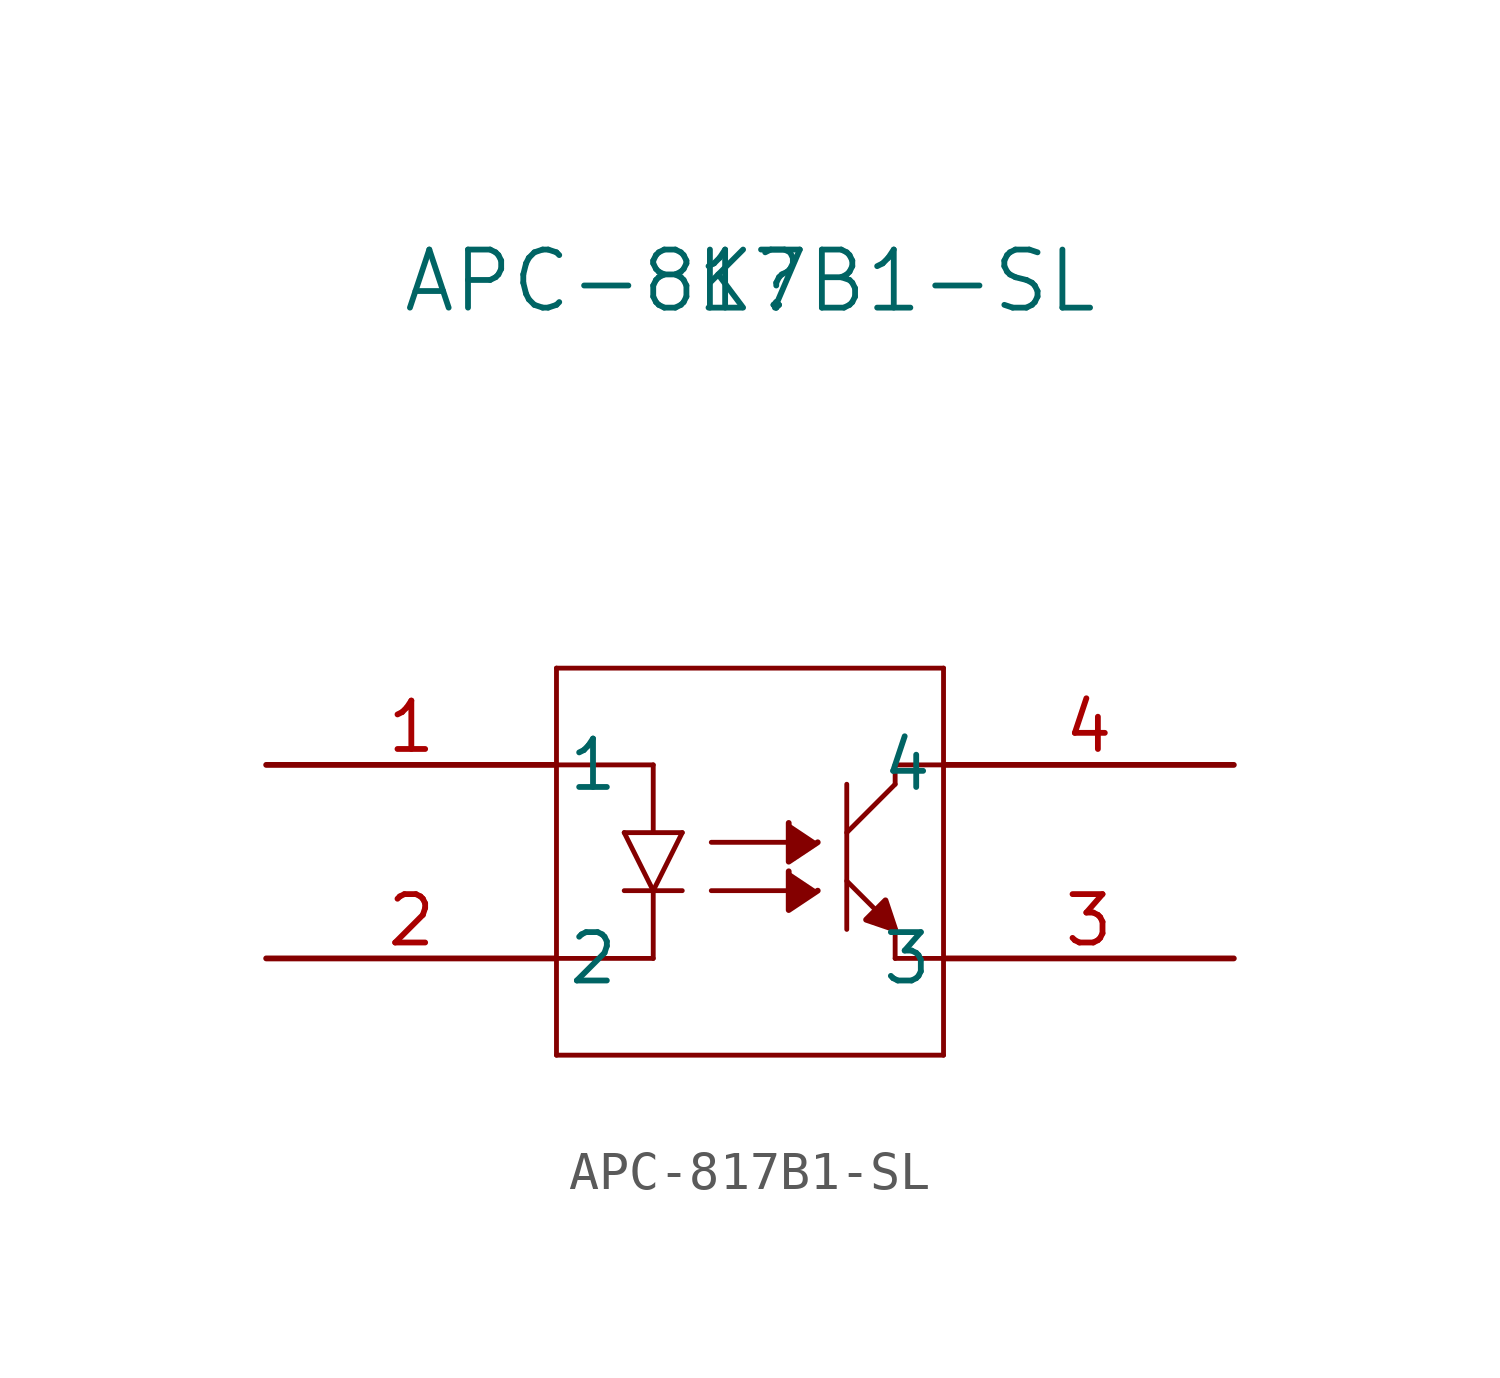
<source format=kicad_sym>
(kicad_symbol_lib
  (version 20211014)
  (generator kicad_symbol_editor)
  (symbol "APC-817B1-SL"
    (pin_names
      (offset 0.254))
    (property "Reference" "K"
      (at 12.7 12.7 0)
      (effects (font (size 1.524 1.524))))
    (property "Value" "APC-817B1-SL"
      (at 12.7 12.7 0)
      (effects (font (size 1.524 1.524))))
    (symbol "APC-817B1-SL_0_1"
      (polyline (pts (xy 15.24 -4.318) (xy 15.24 -0.508)) (stroke (width 0.127) (type default) (color 0 0 0 0)) (fill (type none)))
      (polyline (pts (xy 15.24 -3.048) (xy 16.002 -3.81)) (stroke (width 0.127) (type default) (color 0 0 0 0)) (fill (type none)))
      (polyline (pts (xy 17.78 -5.08) (xy 16.51 -5.08)) (stroke (width 0.127) (type default) (color 0 0 0 0)) (fill (type none)))
      (polyline (pts (xy 17.78 2.54) (xy 17.78 -7.62)) (stroke (width 0.127) (type default) (color 0 0 0 0)) (fill (type none)))
      (polyline (pts (xy 16.51 -4.318) (xy 16.51 -5.08)) (stroke (width 0.127) (type default) (color 0 0 0 0)) (fill (type none)))
      (polyline (pts (xy 7.62 -7.62) (xy 17.78 -7.62)) (stroke (width 0.127) (type default) (color 0 0 0 0)) (fill (type none)))
      (polyline (pts (xy 15.24 -1.778) (xy 16.51 -0.508)) (stroke (width 0.127) (type default) (color 0 0 0 0)) (fill (type none)))
      (polyline (pts (xy 16.51 -0.508) (xy 16.51 0)) (stroke (width 0.127) (type default) (color 0 0 0 0)) (fill (type none)))
      (polyline (pts (xy 16.51 0) (xy 17.78 0)) (stroke (width 0.127) (type default) (color 0 0 0 0)) (fill (type none)))
      (polyline (pts (xy 7.62 -7.62) (xy 7.62 2.54)) (stroke (width 0.127) (type default) (color 0 0 0 0)) (fill (type none)))
      (polyline (pts (xy 10.16 0) (xy 7.62 0)) (stroke (width 0.127) (type default) (color 0 0 0 0)) (fill (type none)))
      (polyline (pts (xy 17.78 2.54) (xy 7.62 2.54)) (stroke (width 0.127) (type default) (color 0 0 0 0)) (fill (type none)))
      (polyline (pts (xy 9.398 -3.302) (xy 10.922 -3.302)) (stroke (width 0.127) (type default) (color 0 0 0 0)) (fill (type none)))
      (polyline (pts (xy 10.16 -3.302) (xy 10.922 -1.778)) (stroke (width 0.127) (type default) (color 0 0 0 0)) (fill (type none)))
      (polyline (pts (xy 10.922 -1.778) (xy 9.398 -1.778)) (stroke (width 0.127) (type default) (color 0 0 0 0)) (fill (type none)))
      (polyline (pts (xy 9.398 -1.778) (xy 10.16 -3.302)) (stroke (width 0.127) (type default) (color 0 0 0 0)) (fill (type none)))
      (polyline (pts (xy 10.16 -5.08) (xy 7.62 -5.08)) (stroke (width 0.127) (type default) (color 0 0 0 0)) (fill (type none)))
      (polyline (pts (xy 10.16 0) (xy 10.16 -1.778)) (stroke (width 0.127) (type default) (color 0 0 0 0)) (fill (type none)))
      (polyline (pts (xy 10.16 -3.302) (xy 10.16 -5.08)) (stroke (width 0.127) (type default) (color 0 0 0 0)) (fill (type none)))
      (polyline (pts (xy 11.684 -2.032) (xy 13.716 -2.032)) (stroke (width 0.127) (type default) (color 0 0 0 0)) (fill (type none)))
      (polyline (pts (xy 16.472 -4.311) (xy 15.748 -4.064) (xy 16.256 -3.556) (xy 16.51 -4.318)) (stroke (width 0) (type default) (color 0 0 0 0)) (fill (type outline)))
      (polyline (pts (xy 11.684 -3.302) (xy 13.716 -3.302)) (stroke (width 0.127) (type default) (color 0 0 0 0)) (fill (type none)))
      (polyline (pts (xy 13.716 -1.524) (xy 13.716 -2.54) (xy 14.478 -2.032)) (stroke (width 0) (type default) (color 0 0 0 0)) (fill (type outline)))
      (polyline (pts (xy 13.716 -2.794) (xy 13.716 -3.81) (xy 14.478 -3.302)) (stroke (width 0) (type default) (color 0 0 0 0)) (fill (type outline)))
      (pin unspecified line (at 0 0 0) (length 7.62) (name "1" (effects (font (size 1.27 1.27)))) (number "1" (effects (font (size 1.27 1.27)))))
      (pin unspecified line (at 0 -5.08 0) (length 7.62) (name "2" (effects (font (size 1.27 1.27)))) (number "2" (effects (font (size 1.27 1.27)))))
      (pin unspecified line (at 25.4 -5.08 180) (length 7.62) (name "3" (effects (font (size 1.27 1.27)))) (number "3" (effects (font (size 1.27 1.27)))))
      (pin unspecified line (at 25.4 0 180) (length 7.62) (name "4" (effects (font (size 1.27 1.27)))) (number "4" (effects (font (size 1.27 1.27))))))))
</source>
